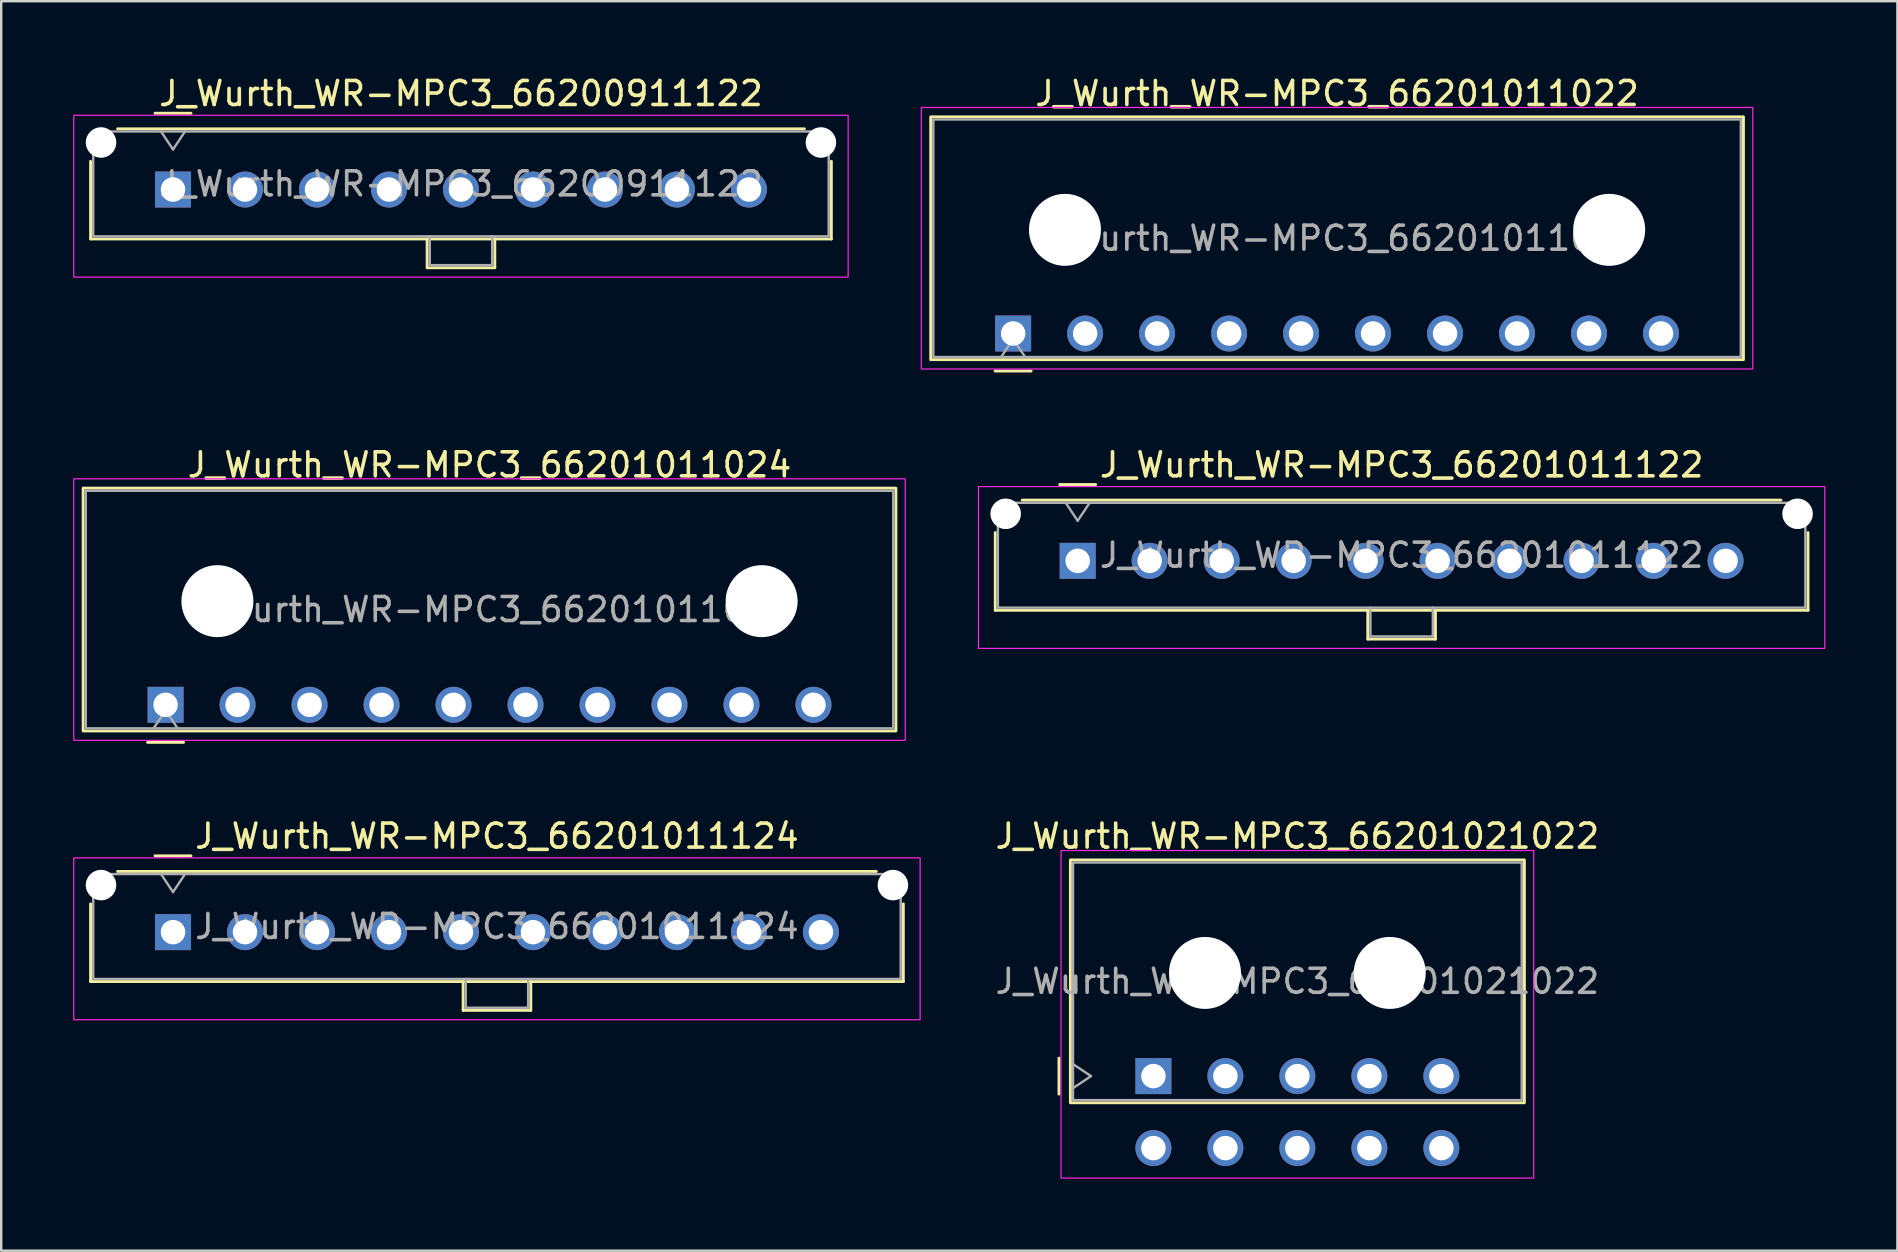
<source format=kicad_pcb>
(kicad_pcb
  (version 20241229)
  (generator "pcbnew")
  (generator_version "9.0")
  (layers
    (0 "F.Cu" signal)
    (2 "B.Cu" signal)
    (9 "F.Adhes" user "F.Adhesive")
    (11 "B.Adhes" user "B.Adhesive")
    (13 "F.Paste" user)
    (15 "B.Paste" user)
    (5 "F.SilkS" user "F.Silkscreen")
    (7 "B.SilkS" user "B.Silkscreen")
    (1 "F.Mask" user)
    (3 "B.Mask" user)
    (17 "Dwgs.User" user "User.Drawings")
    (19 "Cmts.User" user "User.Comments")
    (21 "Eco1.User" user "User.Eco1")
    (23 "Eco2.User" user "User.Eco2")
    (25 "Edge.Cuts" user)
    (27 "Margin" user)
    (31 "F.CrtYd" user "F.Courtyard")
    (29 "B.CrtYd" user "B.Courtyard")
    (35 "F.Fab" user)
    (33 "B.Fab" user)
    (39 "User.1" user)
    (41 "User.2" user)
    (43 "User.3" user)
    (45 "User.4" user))
  (footprint "J_Wurth_WR-MPC3_66201021022"
    (layer "F.Cu")
    (at 45.016 41.795)
    (property "Reference" "J_Wurth_WR-MPC3_66201021022" (at 6 -10 0) (unlocked yes) (layer "F.SilkS") (effects (font (size 1 1) (thickness 0.15))))
    (attr through_hole)
    (fp_line (start -3.935 -0.75) (end -3.935 0.75) (stroke (width 0.12) (type solid)) (layer "F.SilkS"))
    (fp_rect (start -3.46 -9.01) (end 15.46 1.11) (stroke (width 0.12) (type solid)) (fill no) (layer "F.SilkS"))
    (fp_rect (start -3.85 -9.4) (end 15.85 4.25) (stroke (width 0.05) (type solid)) (fill no) (layer "F.CrtYd"))
    (fp_line (start -2.6 0) (end -3.35 -0.5) (stroke (width 0.1) (type solid)) (layer "F.Fab"))
    (fp_line (start -2.6 0) (end -3.35 0.5) (stroke (width 0.1) (type solid)) (layer "F.Fab"))
    (fp_rect (start -3.35 -8.9) (end 15.35 1) (stroke (width 0.1) (type solid)) (fill no) (layer "F.Fab"))
    (fp_text user "${REFERENCE}" (at 6 -3.95 0) (unlocked yes) (layer "F.Fab") (effects (font (size 1 1) (thickness 0.15))))
    (pad "" np_thru_hole circle (at 2.15 -4.3 180) (size 3 3) (drill 3) (layers "*.Cu" "*.Mask"))
    (pad "" np_thru_hole circle (at 9.85 -4.3 180) (size 3 3) (drill 3) (layers "*.Cu" "*.Mask"))
    (pad "1" thru_hole rect (at 0 0 180) (size 1.5 1.5) (drill 1.02) (layers "*.Cu" "*.Mask"))
    (pad "2" thru_hole circle (at 3 0 180) (size 1.5 1.5) (drill 1.02) (layers "*.Cu" "*.Mask"))
    (pad "3" thru_hole circle (at 6 0 180) (size 1.5 1.5) (drill 1.02) (layers "*.Cu" "*.Mask"))
    (pad "4" thru_hole circle (at 9 0 180) (size 1.5 1.5) (drill 1.02) (layers "*.Cu" "*.Mask"))
    (pad "5" thru_hole circle (at 12 0 180) (size 1.5 1.5) (drill 1.02) (layers "*.Cu" "*.Mask"))
    (pad "6" thru_hole circle (at 0 3 180) (size 1.5 1.5) (drill 1.02) (layers "*.Cu" "*.Mask"))
    (pad "7" thru_hole circle (at 3 3 180) (size 1.5 1.5) (drill 1.02) (layers "*.Cu" "*.Mask"))
    (pad "8" thru_hole circle (at 6 3 180) (size 1.5 1.5) (drill 1.02) (layers "*.Cu" "*.Mask"))
    (pad "9" thru_hole circle (at 9 3 180) (size 1.5 1.5) (drill 1.02) (layers "*.Cu" "*.Mask"))
    (pad "10" thru_hole circle (at 12 3 180) (size 1.5 1.5) (drill 1.02) (layers "*.Cu" "*.Mask")))
  (footprint "J_Wurth_WR-MPC3_66201011124"
    (layer "F.Cu")
    (at 4.16 35.795)
    (property "Reference" "J_Wurth_WR-MPC3_66201011124" (at 13.5 -4 0) (unlocked yes) (layer "F.SilkS") (effects (font (size 1 1) (thickness 0.15))))
    (attr through_hole)
    (fp_line (start -3.435 2.06) (end -3.435 -1.178) (stroke (width 0.12) (type default)) (layer "F.SilkS"))
    (fp_line (start -2.31 -2.53) (end 29.31 -2.53) (stroke (width 0.12) (type solid)) (layer "F.SilkS"))
    (fp_line (start -0.75 -3.18) (end 0.75 -3.18) (stroke (width 0.12) (type solid)) (layer "F.SilkS"))
    (fp_line (start 12.09 2.06) (end 12.09 3.26) (stroke (width 0.12) (type default)) (layer "F.SilkS"))
    (fp_line (start 12.09 3.26) (end 14.91 3.26) (stroke (width 0.12) (type default)) (layer "F.SilkS"))
    (fp_line (start 14.91 3.26) (end 14.91 2.06) (stroke (width 0.12) (type default)) (layer "F.SilkS"))
    (fp_line (start 30.435 -1.178) (end 30.435 2.06) (stroke (width 0.12) (type solid)) (layer "F.SilkS"))
    (fp_line (start 30.435 2.06) (end -3.435 2.06) (stroke (width 0.12) (type solid)) (layer "F.SilkS"))
    (fp_rect (start -4.135 -3.095) (end 31.135 3.65) (stroke (width 0.05) (type solid)) (fill no) (layer "F.CrtYd"))
    (fp_line (start 0 -1.67) (end -0.5 -2.42) (stroke (width 0.1) (type solid)) (layer "F.Fab"))
    (fp_line (start 0 -1.67) (end 0.5 -2.42) (stroke (width 0.1) (type solid)) (layer "F.Fab"))
    (fp_line (start 12.2 1.95) (end 12.2 3.15) (stroke (width 0.1) (type solid)) (layer "F.Fab"))
    (fp_line (start 12.2 3.15) (end 14.8 3.15) (stroke (width 0.1) (type solid)) (layer "F.Fab"))
    (fp_line (start 14.8 1.95) (end 14.8 3.15) (stroke (width 0.1) (type solid)) (layer "F.Fab"))
    (fp_rect (start -3.325 -2.42) (end 30.325 1.95) (stroke (width 0.1) (type solid)) (fill no) (layer "F.Fab"))
    (fp_text user "${REFERENCE}" (at 13.5 -0.235 0) (unlocked yes) (layer "F.Fab") (effects (font (size 1 1) (thickness 0.15))))
    (pad "" np_thru_hole circle (at -3 -1.96 180) (size 1.27 1.27) (drill 1.27) (layers "*.Cu" "*.Mask"))
    (pad "" np_thru_hole circle (at 30 -1.96 180) (size 1.27 1.27) (drill 1.27) (layers "*.Cu" "*.Mask"))
    (pad "1" thru_hole rect (at 0 0 180) (size 1.5 1.5) (drill 1.02) (layers "*.Cu" "*.Mask"))
    (pad "2" thru_hole circle (at 3 0 180) (size 1.5 1.5) (drill 1.02) (layers "*.Cu" "*.Mask"))
    (pad "3" thru_hole circle (at 6 0 180) (size 1.5 1.5) (drill 1.02) (layers "*.Cu" "*.Mask"))
    (pad "4" thru_hole circle (at 9 0 180) (size 1.5 1.5) (drill 1.02) (layers "*.Cu" "*.Mask"))
    (pad "5" thru_hole circle (at 12 0 180) (size 1.5 1.5) (drill 1.02) (layers "*.Cu" "*.Mask"))
    (pad "6" thru_hole circle (at 15 0 180) (size 1.5 1.5) (drill 1.02) (layers "*.Cu" "*.Mask"))
    (pad "7" thru_hole circle (at 18 0 180) (size 1.5 1.5) (drill 1.02) (layers "*.Cu" "*.Mask"))
    (pad "8" thru_hole circle (at 21 0 180) (size 1.5 1.5) (drill 1.02) (layers "*.Cu" "*.Mask"))
    (pad "9" thru_hole circle (at 24 0 180) (size 1.5 1.5) (drill 1.02) (layers "*.Cu" "*.Mask"))
    (pad "10" thru_hole circle (at 27 0 180) (size 1.5 1.5) (drill 1.02) (layers "*.Cu" "*.Mask")))
  (footprint "J_Wurth_WR-MPC3_66200911122"
    (layer "F.Cu")
    (at 4.16 4.848)
    (property "Reference" "J_Wurth_WR-MPC3_66200911122" (at 12 -4 0) (unlocked yes) (layer "F.SilkS") (effects (font (size 1 1) (thickness 0.15))))
    (attr through_hole)
    (fp_line (start -3.435 2.06) (end -3.435 -1.178) (stroke (width 0.12) (type default)) (layer "F.SilkS"))
    (fp_line (start -2.31 -2.53) (end 26.31 -2.53) (stroke (width 0.12) (type solid)) (layer "F.SilkS"))
    (fp_line (start -0.75 -3.18) (end 0.75 -3.18) (stroke (width 0.12) (type solid)) (layer "F.SilkS"))
    (fp_line (start 10.59 2.06) (end 10.59 3.26) (stroke (width 0.12) (type default)) (layer "F.SilkS"))
    (fp_line (start 10.59 3.26) (end 13.41 3.26) (stroke (width 0.12) (type default)) (layer "F.SilkS"))
    (fp_line (start 13.41 3.26) (end 13.41 2.06) (stroke (width 0.12) (type default)) (layer "F.SilkS"))
    (fp_line (start 27.435 -1.178) (end 27.435 2.06) (stroke (width 0.12) (type solid)) (layer "F.SilkS"))
    (fp_line (start 27.435 2.06) (end -3.435 2.06) (stroke (width 0.12) (type solid)) (layer "F.SilkS"))
    (fp_rect (start -4.135 -3.095) (end 28.135 3.65) (stroke (width 0.05) (type solid)) (fill no) (layer "F.CrtYd"))
    (fp_line (start 0 -1.67) (end -0.5 -2.42) (stroke (width 0.1) (type solid)) (layer "F.Fab"))
    (fp_line (start 0 -1.67) (end 0.5 -2.42) (stroke (width 0.1) (type solid)) (layer "F.Fab"))
    (fp_line (start 10.7 1.95) (end 10.7 3.15) (stroke (width 0.1) (type solid)) (layer "F.Fab"))
    (fp_line (start 10.7 3.15) (end 13.3 3.15) (stroke (width 0.1) (type solid)) (layer "F.Fab"))
    (fp_line (start 13.3 1.95) (end 13.3 3.15) (stroke (width 0.1) (type solid)) (layer "F.Fab"))
    (fp_rect (start -3.325 -2.42) (end 27.325 1.95) (stroke (width 0.1) (type solid)) (fill no) (layer "F.Fab"))
    (fp_text user "${REFERENCE}" (at 12 -0.235 0) (unlocked yes) (layer "F.Fab") (effects (font (size 1 1) (thickness 0.15))))
    (pad "" np_thru_hole circle (at -3 -1.96 180) (size 1.27 1.27) (drill 1.27) (layers "*.Cu" "*.Mask"))
    (pad "" np_thru_hole circle (at 27 -1.96 180) (size 1.27 1.27) (drill 1.27) (layers "*.Cu" "*.Mask"))
    (pad "1" thru_hole rect (at 0 0 180) (size 1.5 1.5) (drill 1.02) (layers "*.Cu" "*.Mask"))
    (pad "2" thru_hole circle (at 3 0 180) (size 1.5 1.5) (drill 1.02) (layers "*.Cu" "*.Mask"))
    (pad "3" thru_hole circle (at 6 0 180) (size 1.5 1.5) (drill 1.02) (layers "*.Cu" "*.Mask"))
    (pad "4" thru_hole circle (at 9 0 180) (size 1.5 1.5) (drill 1.02) (layers "*.Cu" "*.Mask"))
    (pad "5" thru_hole circle (at 12 0 180) (size 1.5 1.5) (drill 1.02) (layers "*.Cu" "*.Mask"))
    (pad "6" thru_hole circle (at 15 0 180) (size 1.5 1.5) (drill 1.02) (layers "*.Cu" "*.Mask"))
    (pad "7" thru_hole circle (at 18 0 180) (size 1.5 1.5) (drill 1.02) (layers "*.Cu" "*.Mask"))
    (pad "8" thru_hole circle (at 21 0 180) (size 1.5 1.5) (drill 1.02) (layers "*.Cu" "*.Mask"))
    (pad "9" thru_hole circle (at 24 0 180) (size 1.5 1.5) (drill 1.02) (layers "*.Cu" "*.Mask")))
  (footprint "J_Wurth_WR-MPC3_66201011122"
    (layer "F.Cu")
    (at 41.86 20.322)
    (property "Reference" "J_Wurth_WR-MPC3_66201011122" (at 13.5 -4 0) (unlocked yes) (layer "F.SilkS") (effects (font (size 1 1) (thickness 0.15))))
    (attr through_hole)
    (fp_line (start -3.435 2.06) (end -3.435 -1.178) (stroke (width 0.12) (type default)) (layer "F.SilkS"))
    (fp_line (start -2.31 -2.53) (end 29.31 -2.53) (stroke (width 0.12) (type solid)) (layer "F.SilkS"))
    (fp_line (start -0.75 -3.18) (end 0.75 -3.18) (stroke (width 0.12) (type solid)) (layer "F.SilkS"))
    (fp_line (start 12.09 2.06) (end 12.09 3.26) (stroke (width 0.12) (type default)) (layer "F.SilkS"))
    (fp_line (start 12.09 3.26) (end 14.91 3.26) (stroke (width 0.12) (type default)) (layer "F.SilkS"))
    (fp_line (start 14.91 3.26) (end 14.91 2.06) (stroke (width 0.12) (type default)) (layer "F.SilkS"))
    (fp_line (start 30.435 -1.178) (end 30.435 2.06) (stroke (width 0.12) (type solid)) (layer "F.SilkS"))
    (fp_line (start 30.435 2.06) (end -3.435 2.06) (stroke (width 0.12) (type solid)) (layer "F.SilkS"))
    (fp_rect (start -4.135 -3.095) (end 31.135 3.65) (stroke (width 0.05) (type solid)) (fill no) (layer "F.CrtYd"))
    (fp_line (start 0 -1.67) (end -0.5 -2.42) (stroke (width 0.1) (type solid)) (layer "F.Fab"))
    (fp_line (start 0 -1.67) (end 0.5 -2.42) (stroke (width 0.1) (type solid)) (layer "F.Fab"))
    (fp_line (start 12.2 1.95) (end 12.2 3.15) (stroke (width 0.1) (type solid)) (layer "F.Fab"))
    (fp_line (start 12.2 3.15) (end 14.8 3.15) (stroke (width 0.1) (type solid)) (layer "F.Fab"))
    (fp_line (start 14.8 1.95) (end 14.8 3.15) (stroke (width 0.1) (type solid)) (layer "F.Fab"))
    (fp_rect (start -3.325 -2.42) (end 30.325 1.95) (stroke (width 0.1) (type solid)) (fill no) (layer "F.Fab"))
    (fp_text user "${REFERENCE}" (at 13.5 -0.235 0) (unlocked yes) (layer "F.Fab") (effects (font (size 1 1) (thickness 0.15))))
    (pad "" np_thru_hole circle (at -3 -1.96 180) (size 1.27 1.27) (drill 1.27) (layers "*.Cu" "*.Mask"))
    (pad "" np_thru_hole circle (at 30 -1.96 180) (size 1.27 1.27) (drill 1.27) (layers "*.Cu" "*.Mask"))
    (pad "1" thru_hole rect (at 0 0 180) (size 1.5 1.5) (drill 1.02) (layers "*.Cu" "*.Mask"))
    (pad "2" thru_hole circle (at 3 0 180) (size 1.5 1.5) (drill 1.02) (layers "*.Cu" "*.Mask"))
    (pad "3" thru_hole circle (at 6 0 180) (size 1.5 1.5) (drill 1.02) (layers "*.Cu" "*.Mask"))
    (pad "4" thru_hole circle (at 9 0 180) (size 1.5 1.5) (drill 1.02) (layers "*.Cu" "*.Mask"))
    (pad "5" thru_hole circle (at 12 0 180) (size 1.5 1.5) (drill 1.02) (layers "*.Cu" "*.Mask"))
    (pad "6" thru_hole circle (at 15 0 180) (size 1.5 1.5) (drill 1.02) (layers "*.Cu" "*.Mask"))
    (pad "7" thru_hole circle (at 18 0 180) (size 1.5 1.5) (drill 1.02) (layers "*.Cu" "*.Mask"))
    (pad "8" thru_hole circle (at 21 0 180) (size 1.5 1.5) (drill 1.02) (layers "*.Cu" "*.Mask"))
    (pad "9" thru_hole circle (at 24 0 180) (size 1.5 1.5) (drill 1.02) (layers "*.Cu" "*.Mask"))
    (pad "10" thru_hole circle (at 27 0 180) (size 1.5 1.5) (drill 1.02) (layers "*.Cu" "*.Mask")))
  (footprint "J_Wurth_WR-MPC3_66201011022"
    (layer "F.Cu")
    (at 39.17 10.848)
    (property "Reference" "J_Wurth_WR-MPC3_66201011022" (at 13.5 -10 0) (unlocked yes) (layer "F.SilkS") (effects (font (size 1 1) (thickness 0.15))))
    (attr through_hole)
    (fp_line (start -0.75 1.565) (end 0.75 1.565) (stroke (width 0.12) (type solid)) (layer "F.SilkS"))
    (fp_rect (start -3.435 -9.03) (end 30.435 1.09) (stroke (width 0.12) (type solid)) (fill no) (layer "F.SilkS"))
    (fp_rect (start -3.825 -9.42) (end 30.825 1.48) (stroke (width 0.05) (type solid)) (fill no) (layer "F.CrtYd"))
    (fp_line (start 0 0.23) (end -0.5 0.98) (stroke (width 0.1) (type solid)) (layer "F.Fab"))
    (fp_line (start 0 0.23) (end 0.5 0.98) (stroke (width 0.1) (type solid)) (layer "F.Fab"))
    (fp_rect (start -3.325 -8.92) (end 30.325 0.98) (stroke (width 0.1) (type solid)) (fill no) (layer "F.Fab"))
    (fp_text user "${REFERENCE}" (at 13.5 -3.97 0) (unlocked yes) (layer "F.Fab") (effects (font (size 1 1) (thickness 0.15))))
    (pad "" np_thru_hole circle (at 2.16 -4.32 180) (size 3 3) (drill 3) (layers "*.Cu" "*.Mask"))
    (pad "" np_thru_hole circle (at 24.84 -4.32 180) (size 3 3) (drill 3) (layers "*.Cu" "*.Mask"))
    (pad "1" thru_hole rect (at 0 0 180) (size 1.5 1.5) (drill 1.02) (layers "*.Cu" "*.Mask"))
    (pad "2" thru_hole circle (at 3 0 180) (size 1.5 1.5) (drill 1.02) (layers "*.Cu" "*.Mask"))
    (pad "3" thru_hole circle (at 6 0 180) (size 1.5 1.5) (drill 1.02) (layers "*.Cu" "*.Mask"))
    (pad "4" thru_hole circle (at 9 0 180) (size 1.5 1.5) (drill 1.02) (layers "*.Cu" "*.Mask"))
    (pad "5" thru_hole circle (at 12 0 180) (size 1.5 1.5) (drill 1.02) (layers "*.Cu" "*.Mask"))
    (pad "6" thru_hole circle (at 15 0 180) (size 1.5 1.5) (drill 1.02) (layers "*.Cu" "*.Mask"))
    (pad "7" thru_hole circle (at 18 0 180) (size 1.5 1.5) (drill 1.02) (layers "*.Cu" "*.Mask"))
    (pad "8" thru_hole circle (at 21 0 180) (size 1.5 1.5) (drill 1.02) (layers "*.Cu" "*.Mask"))
    (pad "9" thru_hole circle (at 24 0 180) (size 1.5 1.5) (drill 1.02) (layers "*.Cu" "*.Mask"))
    (pad "10" thru_hole circle (at 27 0 180) (size 1.5 1.5) (drill 1.02) (layers "*.Cu" "*.Mask")))
  (footprint "J_Wurth_WR-MPC3_66201011024"
    (layer "F.Cu")
    (at 3.85 26.322)
    (property "Reference" "J_Wurth_WR-MPC3_66201011024" (at 13.5 -10 0) (unlocked yes) (layer "F.SilkS") (effects (font (size 1 1) (thickness 0.15))))
    (attr through_hole)
    (fp_line (start -0.75 1.565) (end 0.75 1.565) (stroke (width 0.12) (type solid)) (layer "F.SilkS"))
    (fp_rect (start -3.435 -9.03) (end 30.435 1.09) (stroke (width 0.12) (type solid)) (fill no) (layer "F.SilkS"))
    (fp_rect (start -3.825 -9.42) (end 30.825 1.48) (stroke (width 0.05) (type solid)) (fill no) (layer "F.CrtYd"))
    (fp_line (start 0 0.23) (end -0.5 0.98) (stroke (width 0.1) (type solid)) (layer "F.Fab"))
    (fp_line (start 0 0.23) (end 0.5 0.98) (stroke (width 0.1) (type solid)) (layer "F.Fab"))
    (fp_rect (start -3.325 -8.92) (end 30.325 0.98) (stroke (width 0.1) (type solid)) (fill no) (layer "F.Fab"))
    (fp_text user "${REFERENCE}" (at 13.5 -3.97 0) (unlocked yes) (layer "F.Fab") (effects (font (size 1 1) (thickness 0.15))))
    (pad "" np_thru_hole circle (at 2.16 -4.32 180) (size 3 3) (drill 3) (layers "*.Cu" "*.Mask"))
    (pad "" np_thru_hole circle (at 24.84 -4.32 180) (size 3 3) (drill 3) (layers "*.Cu" "*.Mask"))
    (pad "1" thru_hole rect (at 0 0 180) (size 1.5 1.5) (drill 1.02) (layers "*.Cu" "*.Mask"))
    (pad "2" thru_hole circle (at 3 0 180) (size 1.5 1.5) (drill 1.02) (layers "*.Cu" "*.Mask"))
    (pad "3" thru_hole circle (at 6 0 180) (size 1.5 1.5) (drill 1.02) (layers "*.Cu" "*.Mask"))
    (pad "4" thru_hole circle (at 9 0 180) (size 1.5 1.5) (drill 1.02) (layers "*.Cu" "*.Mask"))
    (pad "5" thru_hole circle (at 12 0 180) (size 1.5 1.5) (drill 1.02) (layers "*.Cu" "*.Mask"))
    (pad "6" thru_hole circle (at 15 0 180) (size 1.5 1.5) (drill 1.02) (layers "*.Cu" "*.Mask"))
    (pad "7" thru_hole circle (at 18 0 180) (size 1.5 1.5) (drill 1.02) (layers "*.Cu" "*.Mask"))
    (pad "8" thru_hole circle (at 21 0 180) (size 1.5 1.5) (drill 1.02) (layers "*.Cu" "*.Mask"))
    (pad "9" thru_hole circle (at 24 0 180) (size 1.5 1.5) (drill 1.02) (layers "*.Cu" "*.Mask"))
    (pad "10" thru_hole circle (at 27 0 180) (size 1.5 1.5) (drill 1.02) (layers "*.Cu" "*.Mask")))
  (gr_rect
    (start -3 -3)
    (end 76.02 49.07)
    (stroke (width 0.1) (type default))
    (fill no)
    (layer "Edge.Cuts")))
</source>
